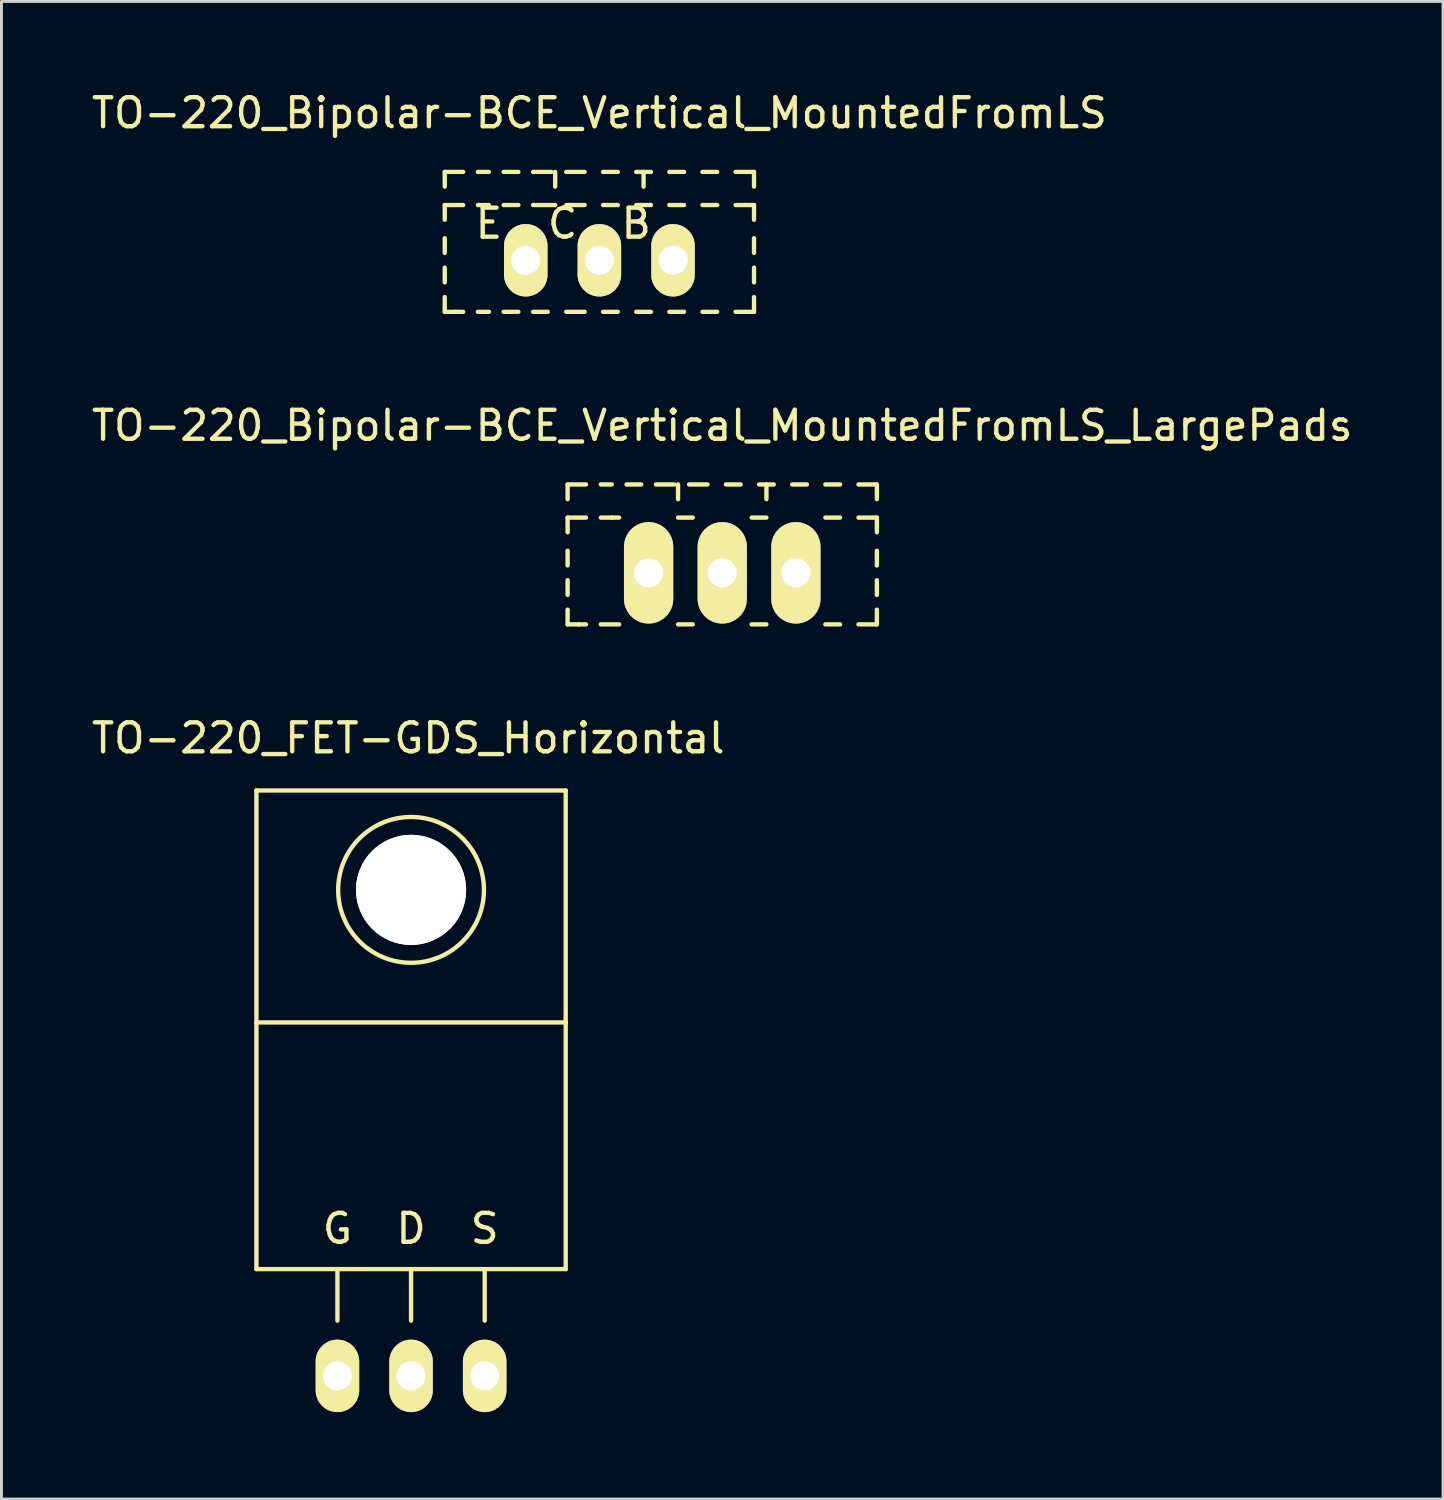
<source format=kicad_pcb>
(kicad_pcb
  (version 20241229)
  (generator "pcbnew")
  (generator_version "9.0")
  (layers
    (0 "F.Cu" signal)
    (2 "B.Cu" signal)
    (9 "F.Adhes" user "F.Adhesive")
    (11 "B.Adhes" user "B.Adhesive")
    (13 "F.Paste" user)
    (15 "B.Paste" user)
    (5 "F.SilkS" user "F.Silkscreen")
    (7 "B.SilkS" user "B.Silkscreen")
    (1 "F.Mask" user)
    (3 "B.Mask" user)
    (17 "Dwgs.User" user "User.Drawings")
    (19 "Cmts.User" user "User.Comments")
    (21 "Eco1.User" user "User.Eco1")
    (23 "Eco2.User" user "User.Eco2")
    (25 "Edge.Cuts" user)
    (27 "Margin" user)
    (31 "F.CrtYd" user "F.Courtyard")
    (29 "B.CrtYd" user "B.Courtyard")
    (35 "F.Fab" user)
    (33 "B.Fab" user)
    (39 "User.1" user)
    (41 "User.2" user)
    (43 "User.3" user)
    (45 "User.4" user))
  (footprint "TO-220_Bipolar-BCE_Vertical_MountedFromLS"
    (layer "F.Cu")
    (at 17.625 5.928)
    (property "Reference" "TO-220_Bipolar-BCE_Vertical_MountedFromLS" (at 0 -5.08 0) (layer "F.SilkS") (effects (font (size 1 1) (thickness 0.15))))
    (attr through_hole)
    (fp_line (start -5.334 -3.048) (end -4.699 -3.048) (stroke (width 0.15) (type solid)) (layer "F.SilkS"))
    (fp_line (start -5.334 -2.54) (end -5.334 -3.048) (stroke (width 0.15) (type solid)) (layer "F.SilkS"))
    (fp_line (start -5.334 -1.397) (end -5.334 -1.905) (stroke (width 0.15) (type solid)) (layer "F.SilkS"))
    (fp_line (start -5.334 -0.254) (end -5.334 -0.762) (stroke (width 0.15) (type solid)) (layer "F.SilkS"))
    (fp_line (start -5.334 0.762) (end -5.334 0.254) (stroke (width 0.15) (type solid)) (layer "F.SilkS"))
    (fp_line (start -5.334 1.778) (end -5.334 1.27) (stroke (width 0.15) (type solid)) (layer "F.SilkS"))
    (fp_line (start -5.334 1.778) (end -4.953 1.778) (stroke (width 0.15) (type solid)) (layer "F.SilkS"))
    (fp_line (start -4.953 1.778) (end -4.699 1.778) (stroke (width 0.15) (type solid)) (layer "F.SilkS"))
    (fp_line (start -4.699 -1.905) (end -5.334 -1.905) (stroke (width 0.15) (type solid)) (layer "F.SilkS"))
    (fp_line (start -4.191 -3.048) (end -3.81 -3.048) (stroke (width 0.15) (type solid)) (layer "F.SilkS"))
    (fp_line (start -4.191 1.778) (end -3.81 1.778) (stroke (width 0.15) (type solid)) (layer "F.SilkS"))
    (fp_line (start -3.81 -1.905) (end -4.191 -1.905) (stroke (width 0.15) (type solid)) (layer "F.SilkS"))
    (fp_line (start -3.302 -3.048) (end -2.794 -3.048) (stroke (width 0.15) (type solid)) (layer "F.SilkS"))
    (fp_line (start -3.302 1.778) (end -2.794 1.778) (stroke (width 0.15) (type solid)) (layer "F.SilkS"))
    (fp_line (start -2.794 -1.905) (end -3.302 -1.905) (stroke (width 0.15) (type solid)) (layer "F.SilkS"))
    (fp_line (start -2.286 -3.048) (end -1.651 -3.048) (stroke (width 0.15) (type solid)) (layer "F.SilkS"))
    (fp_line (start -2.286 1.778) (end -1.778 1.778) (stroke (width 0.15) (type solid)) (layer "F.SilkS"))
    (fp_line (start -1.524 -3.048) (end -1.524 -2.54) (stroke (width 0.15) (type solid)) (layer "F.SilkS"))
    (fp_line (start -1.524 -1.905) (end -2.286 -1.905) (stroke (width 0.15) (type solid)) (layer "F.SilkS"))
    (fp_line (start -1.143 -3.048) (end -0.508 -3.048) (stroke (width 0.15) (type solid)) (layer "F.SilkS"))
    (fp_line (start -1.143 -1.905) (end -0.508 -1.905) (stroke (width 0.15) (type solid)) (layer "F.SilkS"))
    (fp_line (start -1.143 1.778) (end -0.508 1.778) (stroke (width 0.15) (type solid)) (layer "F.SilkS"))
    (fp_line (start 0.127 -3.048) (end 0.635 -3.048) (stroke (width 0.15) (type solid)) (layer "F.SilkS"))
    (fp_line (start 0.127 -1.905) (end 0.635 -1.905) (stroke (width 0.15) (type solid)) (layer "F.SilkS"))
    (fp_line (start 0.127 1.778) (end 0.635 1.778) (stroke (width 0.15) (type solid)) (layer "F.SilkS"))
    (fp_line (start 1.27 -3.048) (end 1.778 -3.048) (stroke (width 0.15) (type solid)) (layer "F.SilkS"))
    (fp_line (start 1.27 -1.905) (end 1.778 -1.905) (stroke (width 0.15) (type solid)) (layer "F.SilkS"))
    (fp_line (start 1.27 1.778) (end 1.778 1.778) (stroke (width 0.15) (type solid)) (layer "F.SilkS"))
    (fp_line (start 1.524 -3.048) (end 1.524 -2.54) (stroke (width 0.15) (type solid)) (layer "F.SilkS"))
    (fp_line (start 2.413 -3.048) (end 2.921 -3.048) (stroke (width 0.15) (type solid)) (layer "F.SilkS"))
    (fp_line (start 2.413 -1.905) (end 2.921 -1.905) (stroke (width 0.15) (type solid)) (layer "F.SilkS"))
    (fp_line (start 2.413 1.778) (end 2.921 1.778) (stroke (width 0.15) (type solid)) (layer "F.SilkS"))
    (fp_line (start 3.556 -3.048) (end 4.064 -3.048) (stroke (width 0.15) (type solid)) (layer "F.SilkS"))
    (fp_line (start 3.556 -1.905) (end 4.064 -1.905) (stroke (width 0.15) (type solid)) (layer "F.SilkS"))
    (fp_line (start 3.556 1.778) (end 4.064 1.778) (stroke (width 0.15) (type solid)) (layer "F.SilkS"))
    (fp_line (start 4.699 -3.048) (end 5.334 -3.048) (stroke (width 0.15) (type solid)) (layer "F.SilkS"))
    (fp_line (start 4.699 -1.905) (end 5.334 -1.905) (stroke (width 0.15) (type solid)) (layer "F.SilkS"))
    (fp_line (start 4.699 1.778) (end 5.334 1.778) (stroke (width 0.15) (type solid)) (layer "F.SilkS"))
    (fp_line (start 5.334 -3.048) (end 5.334 -2.54) (stroke (width 0.15) (type solid)) (layer "F.SilkS"))
    (fp_line (start 5.334 -1.905) (end 5.334 -1.397) (stroke (width 0.15) (type solid)) (layer "F.SilkS"))
    (fp_line (start 5.334 -0.762) (end 5.334 -0.254) (stroke (width 0.15) (type solid)) (layer "F.SilkS"))
    (fp_line (start 5.334 0.254) (end 5.334 0.762) (stroke (width 0.15) (type solid)) (layer "F.SilkS"))
    (fp_line (start 5.334 1.27) (end 5.334 1.778) (stroke (width 0.15) (type solid)) (layer "F.SilkS"))
    (fp_text user "C" (at -1.27 -1.27 0) (layer "F.SilkS") (effects (font (size 1 1) (thickness 0.15))))
    (fp_text user "B" (at 1.27 -1.27 0) (layer "F.SilkS") (effects (font (size 1 1) (thickness 0.15))))
    (fp_text user "E" (at -3.81 -1.27 0) (layer "F.SilkS") (effects (font (size 1 1) (thickness 0.15))))
    (pad "B" thru_hole oval (at 2.54 0 90) (size 2.499 1.501) (drill 1.001) (layers "*.Cu" "*.Mask" "F.SilkS"))
    (pad "C" thru_hole oval (at 0 0 90) (size 2.499 1.501) (drill 1.001) (layers "*.Cu" "*.Mask" "F.SilkS"))
    (pad "E" thru_hole oval (at -2.54 0 90) (size 2.499 1.501) (drill 1.001) (layers "*.Cu" "*.Mask" "F.SilkS")))
  (footprint "TO-220_Bipolar-BCE_Vertical_MountedFromLS_LargePads"
    (layer "F.Cu")
    (at 21.863 16.709)
    (property "Reference" "TO-220_Bipolar-BCE_Vertical_MountedFromLS_LargePads" (at 0 -5.08 0) (layer "F.SilkS") (effects (font (size 1 1) (thickness 0.15))))
    (attr through_hole)
    (fp_line (start -5.334 -3.048) (end -4.699 -3.048) (stroke (width 0.15) (type solid)) (layer "F.SilkS"))
    (fp_line (start -5.334 -2.54) (end -5.334 -3.048) (stroke (width 0.15) (type solid)) (layer "F.SilkS"))
    (fp_line (start -5.334 -1.397) (end -5.334 -1.905) (stroke (width 0.15) (type solid)) (layer "F.SilkS"))
    (fp_line (start -5.334 -0.254) (end -5.334 -0.762) (stroke (width 0.15) (type solid)) (layer "F.SilkS"))
    (fp_line (start -5.334 0.762) (end -5.334 0.254) (stroke (width 0.15) (type solid)) (layer "F.SilkS"))
    (fp_line (start -5.334 1.778) (end -5.334 1.27) (stroke (width 0.15) (type solid)) (layer "F.SilkS"))
    (fp_line (start -5.334 1.778) (end -4.953 1.778) (stroke (width 0.15) (type solid)) (layer "F.SilkS"))
    (fp_line (start -4.953 1.778) (end -4.699 1.778) (stroke (width 0.15) (type solid)) (layer "F.SilkS"))
    (fp_line (start -4.699 -1.905) (end -5.334 -1.905) (stroke (width 0.15) (type solid)) (layer "F.SilkS"))
    (fp_line (start -4.191 -3.048) (end -3.81 -3.048) (stroke (width 0.15) (type solid)) (layer "F.SilkS"))
    (fp_line (start -3.81 -1.905) (end -4.191 -1.905) (stroke (width 0.15) (type solid)) (layer "F.SilkS"))
    (fp_line (start -3.81 -1.905) (end -3.556 -1.905) (stroke (width 0.15) (type solid)) (layer "F.SilkS"))
    (fp_line (start -3.556 1.778) (end -4.191 1.778) (stroke (width 0.15) (type solid)) (layer "F.SilkS"))
    (fp_line (start -3.302 -3.048) (end -2.794 -3.048) (stroke (width 0.15) (type solid)) (layer "F.SilkS"))
    (fp_line (start -2.286 -3.048) (end -1.651 -3.048) (stroke (width 0.15) (type solid)) (layer "F.SilkS"))
    (fp_line (start -1.524 -3.048) (end -1.524 -2.54) (stroke (width 0.15) (type solid)) (layer "F.SilkS"))
    (fp_line (start -1.524 -1.905) (end -1.016 -1.905) (stroke (width 0.15) (type solid)) (layer "F.SilkS"))
    (fp_line (start -1.143 -3.048) (end -0.508 -3.048) (stroke (width 0.15) (type solid)) (layer "F.SilkS"))
    (fp_line (start -1.016 1.778) (end -1.524 1.778) (stroke (width 0.15) (type solid)) (layer "F.SilkS"))
    (fp_line (start 0.127 -3.048) (end 0.635 -3.048) (stroke (width 0.15) (type solid)) (layer "F.SilkS"))
    (fp_line (start 1.016 -1.905) (end 1.524 -1.905) (stroke (width 0.15) (type solid)) (layer "F.SilkS"))
    (fp_line (start 1.27 -3.048) (end 1.778 -3.048) (stroke (width 0.15) (type solid)) (layer "F.SilkS"))
    (fp_line (start 1.524 -3.048) (end 1.524 -2.54) (stroke (width 0.15) (type solid)) (layer "F.SilkS"))
    (fp_line (start 1.524 1.778) (end 1.016 1.778) (stroke (width 0.15) (type solid)) (layer "F.SilkS"))
    (fp_line (start 2.413 -3.048) (end 2.921 -3.048) (stroke (width 0.15) (type solid)) (layer "F.SilkS"))
    (fp_line (start 3.556 -3.048) (end 4.064 -3.048) (stroke (width 0.15) (type solid)) (layer "F.SilkS"))
    (fp_line (start 3.556 -1.905) (end 4.064 -1.905) (stroke (width 0.15) (type solid)) (layer "F.SilkS"))
    (fp_line (start 3.556 1.778) (end 4.064 1.778) (stroke (width 0.15) (type solid)) (layer "F.SilkS"))
    (fp_line (start 4.699 -3.048) (end 5.334 -3.048) (stroke (width 0.15) (type solid)) (layer "F.SilkS"))
    (fp_line (start 4.699 -1.905) (end 5.334 -1.905) (stroke (width 0.15) (type solid)) (layer "F.SilkS"))
    (fp_line (start 4.699 1.778) (end 5.334 1.778) (stroke (width 0.15) (type solid)) (layer "F.SilkS"))
    (fp_line (start 5.334 -3.048) (end 5.334 -2.54) (stroke (width 0.15) (type solid)) (layer "F.SilkS"))
    (fp_line (start 5.334 -1.905) (end 5.334 -1.397) (stroke (width 0.15) (type solid)) (layer "F.SilkS"))
    (fp_line (start 5.334 -0.762) (end 5.334 -0.254) (stroke (width 0.15) (type solid)) (layer "F.SilkS"))
    (fp_line (start 5.334 0.254) (end 5.334 0.762) (stroke (width 0.15) (type solid)) (layer "F.SilkS"))
    (fp_line (start 5.334 1.27) (end 5.334 1.778) (stroke (width 0.15) (type solid)) (layer "F.SilkS"))
    (pad "B" thru_hole oval (at 2.54 0 90) (size 3.5 1.699) (drill 1.001) (layers "*.Cu" "*.Mask" "F.SilkS"))
    (pad "C" thru_hole oval (at 0 0 90) (size 3.5 1.699) (drill 1.001) (layers "*.Cu" "*.Mask" "F.SilkS"))
    (pad "E" thru_hole oval (at -2.54 0 90) (size 3.5 1.699) (drill 1.001) (layers "*.Cu" "*.Mask" "F.SilkS")))
  (footprint "TO-220_FET-GDS_Horizontal"
    (layer "F.Cu")
    (at 11.129 44.41)
    (property "Reference" "TO-220_FET-GDS_Horizontal" (at -0.099 -21.999 0) (layer "F.SilkS") (effects (font (size 1 1) (thickness 0.15))))
    (attr through_hole)
    (fp_line (start -5.334 -20.193) (end -5.334 -12.192) (stroke (width 0.15) (type solid)) (layer "F.SilkS"))
    (fp_line (start -5.334 -12.192) (end -5.334 -3.683) (stroke (width 0.15) (type solid)) (layer "F.SilkS"))
    (fp_line (start -2.54 -3.683) (end -2.54 -1.905) (stroke (width 0.15) (type solid)) (layer "F.SilkS"))
    (fp_line (start 0 -3.683) (end -5.334 -3.683) (stroke (width 0.15) (type solid)) (layer "F.SilkS"))
    (fp_line (start 0 -3.683) (end 0 -1.905) (stroke (width 0.15) (type solid)) (layer "F.SilkS"))
    (fp_line (start 0 -3.683) (end 5.334 -3.683) (stroke (width 0.15) (type solid)) (layer "F.SilkS"))
    (fp_line (start 2.54 -3.683) (end 2.54 -1.905) (stroke (width 0.15) (type solid)) (layer "F.SilkS"))
    (fp_line (start 5.334 -20.193) (end -5.334 -20.193) (stroke (width 0.15) (type solid)) (layer "F.SilkS"))
    (fp_line (start 5.334 -12.192) (end -5.334 -12.192) (stroke (width 0.15) (type solid)) (layer "F.SilkS"))
    (fp_line (start 5.334 -12.192) (end 5.334 -20.193) (stroke (width 0.15) (type solid)) (layer "F.SilkS"))
    (fp_line (start 5.334 -3.683) (end 5.334 -12.192) (stroke (width 0.15) (type solid)) (layer "F.SilkS"))
    (fp_circle (center 0 -16.764) (end 1.778 -14.986) (stroke (width 0.15) (type solid)) (fill no) (layer "F.SilkS"))
    (fp_text user "D" (at 0 -5.08 0) (layer "F.SilkS") (effects (font (size 1 1) (thickness 0.15))))
    (fp_text user "S" (at 2.54 -5.08 0) (layer "F.SilkS") (effects (font (size 1 1) (thickness 0.15))))
    (fp_text user "G" (at -2.54 -5.08 0) (layer "F.SilkS") (effects (font (size 1 1) (thickness 0.15))))
    (pad "" np_thru_hole circle (at 0 -16.764 90) (size 3.8 3.8) (drill 3.8) (layers "*.Cu" "*.Mask" "F.SilkS"))
    (pad "D" thru_hole oval (at 0 0 90) (size 2.499 1.501) (drill 1.001) (layers "*.Cu" "*.Mask" "F.SilkS"))
    (pad "G" thru_hole oval (at -2.54 0 90) (size 2.499 1.501) (drill 1.001) (layers "*.Cu" "*.Mask" "F.SilkS"))
    (pad "S" thru_hole oval (at 2.54 0 90) (size 2.499 1.501) (drill 1.001) (layers "*.Cu" "*.Mask" "F.SilkS")))
  (gr_rect
    (start -3 -3)
    (end 46.726 48.659)
    (stroke (width 0.1) (type default))
    (fill no)
    (layer "Edge.Cuts")))
</source>
